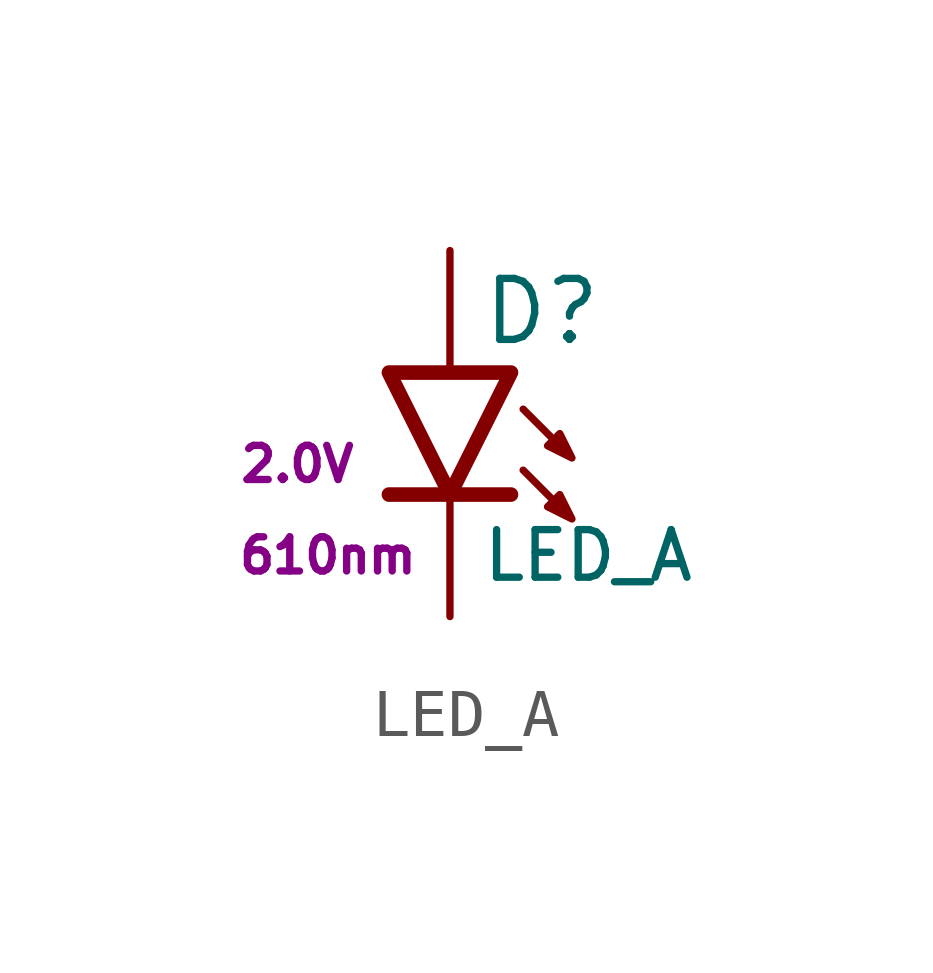
<source format=kicad_sym>
(kicad_symbol_lib
  (version 20211014)
  (generator kicad_symbol_editor)
  (symbol "LED_A"
    (pin_numbers hide)
    (pin_names
      (offset 0.254) hide)
    (property "Reference" "D"
      (at 0.635 2.54 0)
      (effects (font (size 1.27 1.27)) (justify left)))
    (property "Value" "LED_A"
      (at 0.635 -2.54 0)
      (effects (font (size 0.991 0.991)) (justify left)))
    (property "Vd" "2.0V"
      (at -3.175 -0.635 0)
      (effects (font (size 0.711 0.711))))
    (property "Wavelength" "610nm"
      (at -2.54 -2.54 0)
      (effects (font (size 0.711 0.711))))
    (symbol "LED_A_1_1"
      (polyline (pts (xy 1.27 -1.27) (xy -1.27 -1.27)) (stroke (width 0.305) (type default) (color 0 0 0 0)) (fill (type none)))
      (polyline (pts (xy 1.27 1.27) (xy -1.27 1.27) (xy 0 -1.27) (xy 1.27 1.27)) (stroke (width 0.305) (type default) (color 0 0 0 0)) (fill (type none)))
      (polyline (pts (xy 1.524 -0.762) (xy 2.54 -1.778) (xy 2.286 -1.27) (xy 2.032 -1.524) (xy 2.54 -1.778)) (stroke (width 0) (type default) (color 0 0 0 0)) (fill (type none)))
      (polyline (pts (xy 1.524 0.508) (xy 2.54 -0.508) (xy 2.286 0) (xy 2.032 -0.254) (xy 2.54 -0.508)) (stroke (width 0) (type default) (color 0 0 0 0)) (fill (type none)))
      (pin passive line (at 0 -3.81 90) (length 2.54) (name "K" (effects (font (size 1.27 1.27)))) (number "1" (effects (font (size 1.27 1.27)))))
      (pin passive line (at 0 3.81 270) (length 2.54) (name "A" (effects (font (size 1.27 1.27)))) (number "2" (effects (font (size 1.27 1.27))))))))
</source>
